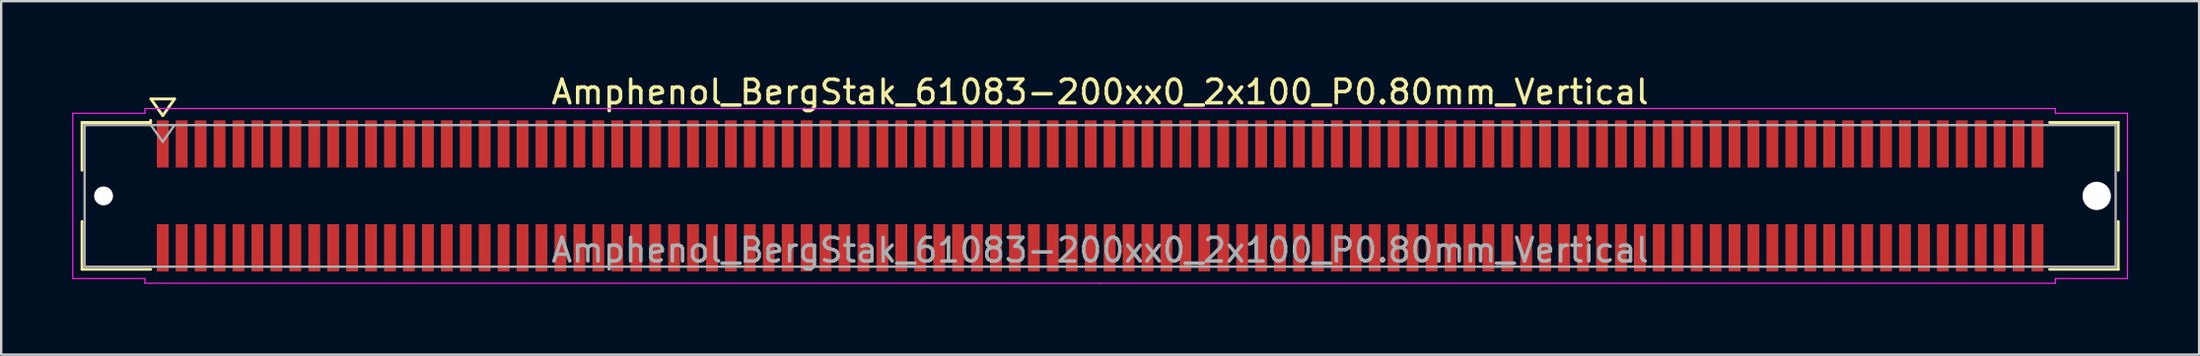
<source format=kicad_pcb>
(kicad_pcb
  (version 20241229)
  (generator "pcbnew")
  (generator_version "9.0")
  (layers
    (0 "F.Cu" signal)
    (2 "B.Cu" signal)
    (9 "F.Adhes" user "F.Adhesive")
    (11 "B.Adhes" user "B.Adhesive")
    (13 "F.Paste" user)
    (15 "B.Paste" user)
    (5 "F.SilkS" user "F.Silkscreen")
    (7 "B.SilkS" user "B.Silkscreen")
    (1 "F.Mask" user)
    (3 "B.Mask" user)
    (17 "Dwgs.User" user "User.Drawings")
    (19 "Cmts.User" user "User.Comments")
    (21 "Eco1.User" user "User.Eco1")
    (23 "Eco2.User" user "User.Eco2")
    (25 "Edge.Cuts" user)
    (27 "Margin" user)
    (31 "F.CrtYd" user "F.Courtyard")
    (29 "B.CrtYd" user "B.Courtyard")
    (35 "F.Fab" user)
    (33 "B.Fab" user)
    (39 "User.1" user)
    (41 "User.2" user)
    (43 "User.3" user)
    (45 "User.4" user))
  (footprint "Amphenol_BergStak_61083-200xx0_2x100_P0.80mm_Vertical"
    (layer "F.Cu")
    (at 43.425 5.248)
    (property "Reference" "Amphenol_BergStak_61083-200xx0_2x100_P0.80mm_Vertical" (at 0 -4.4 0) (layer "F.SilkS") (effects (font (size 1 1) (thickness 0.15))))
    (attr smd)
    (fp_line (start -43.01 -3.11) (end -40.11 -3.11) (stroke (width 0.12) (type solid)) (layer "F.SilkS"))
    (fp_line (start -43.01 -1.085) (end -43.01 -3.11) (stroke (width 0.12) (type solid)) (layer "F.SilkS"))
    (fp_line (start -43.01 1.085) (end -43.01 3.11) (stroke (width 0.12) (type solid)) (layer "F.SilkS"))
    (fp_line (start -43.01 3.11) (end -40.11 3.11) (stroke (width 0.12) (type solid)) (layer "F.SilkS"))
    (fp_line (start -40.11 -3.11) (end -40.11 -3.2) (stroke (width 0.12) (type solid)) (layer "F.SilkS"))
    (fp_line (start -40.1 -4.107) (end -39.6 -3.4) (stroke (width 0.12) (type solid)) (layer "F.SilkS"))
    (fp_line (start -39.6 -3.4) (end -39.1 -4.107) (stroke (width 0.12) (type solid)) (layer "F.SilkS"))
    (fp_line (start -39.1 -4.107) (end -40.1 -4.107) (stroke (width 0.12) (type solid)) (layer "F.SilkS"))
    (fp_line (start 43.01 -3.11) (end 40.11 -3.11) (stroke (width 0.12) (type solid)) (layer "F.SilkS"))
    (fp_line (start 43.01 -1.085) (end 43.01 -3.11) (stroke (width 0.12) (type solid)) (layer "F.SilkS"))
    (fp_line (start 43.01 1.085) (end 43.01 3.11) (stroke (width 0.12) (type solid)) (layer "F.SilkS"))
    (fp_line (start 43.01 3.11) (end 40.11 3.11) (stroke (width 0.12) (type solid)) (layer "F.SilkS"))
    (fp_line (start -43.4 -3.5) (end -43.4 3.5) (stroke (width 0.05) (type solid)) (layer "F.CrtYd"))
    (fp_line (start -43.4 3.5) (end -40.35 3.5) (stroke (width 0.05) (type solid)) (layer "F.CrtYd"))
    (fp_line (start -40.35 -3.7) (end -40.35 -3.5) (stroke (width 0.05) (type solid)) (layer "F.CrtYd"))
    (fp_line (start -40.35 -3.5) (end -43.4 -3.5) (stroke (width 0.05) (type solid)) (layer "F.CrtYd"))
    (fp_line (start -40.35 3.5) (end -40.35 3.7) (stroke (width 0.05) (type solid)) (layer "F.CrtYd"))
    (fp_line (start -40.35 3.7) (end 0 3.7) (stroke (width 0.05) (type solid)) (layer "F.CrtYd"))
    (fp_line (start 0 -3.7) (end -40.35 -3.7) (stroke (width 0.05) (type solid)) (layer "F.CrtYd"))
    (fp_line (start 0 -3.7) (end 40.35 -3.7) (stroke (width 0.05) (type solid)) (layer "F.CrtYd"))
    (fp_line (start 40.35 -3.7) (end 40.35 -3.5) (stroke (width 0.05) (type solid)) (layer "F.CrtYd"))
    (fp_line (start 40.35 -3.5) (end 43.4 -3.5) (stroke (width 0.05) (type solid)) (layer "F.CrtYd"))
    (fp_line (start 40.35 3.5) (end 40.35 3.7) (stroke (width 0.05) (type solid)) (layer "F.CrtYd"))
    (fp_line (start 40.35 3.7) (end 0 3.7) (stroke (width 0.05) (type solid)) (layer "F.CrtYd"))
    (fp_line (start 43.4 -3.5) (end 43.4 3.5) (stroke (width 0.05) (type solid)) (layer "F.CrtYd"))
    (fp_line (start 43.4 3.5) (end 40.35 3.5) (stroke (width 0.05) (type solid)) (layer "F.CrtYd"))
    (fp_line (start -42.9 -3) (end -42.9 3) (stroke (width 0.1) (type solid)) (layer "F.Fab"))
    (fp_line (start -42.9 3) (end 42.9 3) (stroke (width 0.1) (type solid)) (layer "F.Fab"))
    (fp_line (start -40.1 -3) (end -39.6 -2.293) (stroke (width 0.1) (type solid)) (layer "F.Fab"))
    (fp_line (start -39.6 -2.293) (end -39.1 -3) (stroke (width 0.1) (type solid)) (layer "F.Fab"))
    (fp_line (start 42.9 -3) (end -42.9 -3) (stroke (width 0.1) (type solid)) (layer "F.Fab"))
    (fp_line (start 42.9 3) (end 42.9 -3) (stroke (width 0.1) (type solid)) (layer "F.Fab"))
    (fp_text user "${REFERENCE}" (at 0 2.3 0) (layer "F.Fab") (effects (font (size 1 1) (thickness 0.15))))
    (pad "" np_thru_hole circle (at -42.1 0) (size 0.8 0.8) (drill 0.8) (layers "*.Cu" "*.Mask"))
    (pad "" np_thru_hole circle (at 42.1 0) (size 1.2 1.2) (drill 1.2) (layers "*.Cu" "*.Mask"))
    (pad "1" smd rect (at -39.6 -2.2) (size 0.5 2) (layers "F.Cu" "F.Mask" "F.Paste"))
    (pad "2" smd rect (at -39.6 2.2) (size 0.5 2) (layers "F.Cu" "F.Mask" "F.Paste"))
    (pad "3" smd rect (at -38.8 -2.2) (size 0.5 2) (layers "F.Cu" "F.Mask" "F.Paste"))
    (pad "4" smd rect (at -38.8 2.2) (size 0.5 2) (layers "F.Cu" "F.Mask" "F.Paste"))
    (pad "5" smd rect (at -38 -2.2) (size 0.5 2) (layers "F.Cu" "F.Mask" "F.Paste"))
    (pad "6" smd rect (at -38 2.2) (size 0.5 2) (layers "F.Cu" "F.Mask" "F.Paste"))
    (pad "7" smd rect (at -37.2 -2.2) (size 0.5 2) (layers "F.Cu" "F.Mask" "F.Paste"))
    (pad "8" smd rect (at -37.2 2.2) (size 0.5 2) (layers "F.Cu" "F.Mask" "F.Paste"))
    (pad "9" smd rect (at -36.4 -2.2) (size 0.5 2) (layers "F.Cu" "F.Mask" "F.Paste"))
    (pad "10" smd rect (at -36.4 2.2) (size 0.5 2) (layers "F.Cu" "F.Mask" "F.Paste"))
    (pad "11" smd rect (at -35.6 -2.2) (size 0.5 2) (layers "F.Cu" "F.Mask" "F.Paste"))
    (pad "12" smd rect (at -35.6 2.2) (size 0.5 2) (layers "F.Cu" "F.Mask" "F.Paste"))
    (pad "13" smd rect (at -34.8 -2.2) (size 0.5 2) (layers "F.Cu" "F.Mask" "F.Paste"))
    (pad "14" smd rect (at -34.8 2.2) (size 0.5 2) (layers "F.Cu" "F.Mask" "F.Paste"))
    (pad "15" smd rect (at -34 -2.2) (size 0.5 2) (layers "F.Cu" "F.Mask" "F.Paste"))
    (pad "16" smd rect (at -34 2.2) (size 0.5 2) (layers "F.Cu" "F.Mask" "F.Paste"))
    (pad "17" smd rect (at -33.2 -2.2) (size 0.5 2) (layers "F.Cu" "F.Mask" "F.Paste"))
    (pad "18" smd rect (at -33.2 2.2) (size 0.5 2) (layers "F.Cu" "F.Mask" "F.Paste"))
    (pad "19" smd rect (at -32.4 -2.2) (size 0.5 2) (layers "F.Cu" "F.Mask" "F.Paste"))
    (pad "20" smd rect (at -32.4 2.2) (size 0.5 2) (layers "F.Cu" "F.Mask" "F.Paste"))
    (pad "21" smd rect (at -31.6 -2.2) (size 0.5 2) (layers "F.Cu" "F.Mask" "F.Paste"))
    (pad "22" smd rect (at -31.6 2.2) (size 0.5 2) (layers "F.Cu" "F.Mask" "F.Paste"))
    (pad "23" smd rect (at -30.8 -2.2) (size 0.5 2) (layers "F.Cu" "F.Mask" "F.Paste"))
    (pad "24" smd rect (at -30.8 2.2) (size 0.5 2) (layers "F.Cu" "F.Mask" "F.Paste"))
    (pad "25" smd rect (at -30 -2.2) (size 0.5 2) (layers "F.Cu" "F.Mask" "F.Paste"))
    (pad "26" smd rect (at -30 2.2) (size 0.5 2) (layers "F.Cu" "F.Mask" "F.Paste"))
    (pad "27" smd rect (at -29.2 -2.2) (size 0.5 2) (layers "F.Cu" "F.Mask" "F.Paste"))
    (pad "28" smd rect (at -29.2 2.2) (size 0.5 2) (layers "F.Cu" "F.Mask" "F.Paste"))
    (pad "29" smd rect (at -28.4 -2.2) (size 0.5 2) (layers "F.Cu" "F.Mask" "F.Paste"))
    (pad "30" smd rect (at -28.4 2.2) (size 0.5 2) (layers "F.Cu" "F.Mask" "F.Paste"))
    (pad "31" smd rect (at -27.6 -2.2) (size 0.5 2) (layers "F.Cu" "F.Mask" "F.Paste"))
    (pad "32" smd rect (at -27.6 2.2) (size 0.5 2) (layers "F.Cu" "F.Mask" "F.Paste"))
    (pad "33" smd rect (at -26.8 -2.2) (size 0.5 2) (layers "F.Cu" "F.Mask" "F.Paste"))
    (pad "34" smd rect (at -26.8 2.2) (size 0.5 2) (layers "F.Cu" "F.Mask" "F.Paste"))
    (pad "35" smd rect (at -26 -2.2) (size 0.5 2) (layers "F.Cu" "F.Mask" "F.Paste"))
    (pad "36" smd rect (at -26 2.2) (size 0.5 2) (layers "F.Cu" "F.Mask" "F.Paste"))
    (pad "37" smd rect (at -25.2 -2.2) (size 0.5 2) (layers "F.Cu" "F.Mask" "F.Paste"))
    (pad "38" smd rect (at -25.2 2.2) (size 0.5 2) (layers "F.Cu" "F.Mask" "F.Paste"))
    (pad "39" smd rect (at -24.4 -2.2) (size 0.5 2) (layers "F.Cu" "F.Mask" "F.Paste"))
    (pad "40" smd rect (at -24.4 2.2) (size 0.5 2) (layers "F.Cu" "F.Mask" "F.Paste"))
    (pad "41" smd rect (at -23.6 -2.2) (size 0.5 2) (layers "F.Cu" "F.Mask" "F.Paste"))
    (pad "42" smd rect (at -23.6 2.2) (size 0.5 2) (layers "F.Cu" "F.Mask" "F.Paste"))
    (pad "43" smd rect (at -22.8 -2.2) (size 0.5 2) (layers "F.Cu" "F.Mask" "F.Paste"))
    (pad "44" smd rect (at -22.8 2.2) (size 0.5 2) (layers "F.Cu" "F.Mask" "F.Paste"))
    (pad "45" smd rect (at -22 -2.2) (size 0.5 2) (layers "F.Cu" "F.Mask" "F.Paste"))
    (pad "46" smd rect (at -22 2.2) (size 0.5 2) (layers "F.Cu" "F.Mask" "F.Paste"))
    (pad "47" smd rect (at -21.2 -2.2) (size 0.5 2) (layers "F.Cu" "F.Mask" "F.Paste"))
    (pad "48" smd rect (at -21.2 2.2) (size 0.5 2) (layers "F.Cu" "F.Mask" "F.Paste"))
    (pad "49" smd rect (at -20.4 -2.2) (size 0.5 2) (layers "F.Cu" "F.Mask" "F.Paste"))
    (pad "50" smd rect (at -20.4 2.2) (size 0.5 2) (layers "F.Cu" "F.Mask" "F.Paste"))
    (pad "51" smd rect (at -19.6 -2.2) (size 0.5 2) (layers "F.Cu" "F.Mask" "F.Paste"))
    (pad "52" smd rect (at -19.6 2.2) (size 0.5 2) (layers "F.Cu" "F.Mask" "F.Paste"))
    (pad "53" smd rect (at -18.8 -2.2) (size 0.5 2) (layers "F.Cu" "F.Mask" "F.Paste"))
    (pad "54" smd rect (at -18.8 2.2) (size 0.5 2) (layers "F.Cu" "F.Mask" "F.Paste"))
    (pad "55" smd rect (at -18 -2.2) (size 0.5 2) (layers "F.Cu" "F.Mask" "F.Paste"))
    (pad "56" smd rect (at -18 2.2) (size 0.5 2) (layers "F.Cu" "F.Mask" "F.Paste"))
    (pad "57" smd rect (at -17.2 -2.2) (size 0.5 2) (layers "F.Cu" "F.Mask" "F.Paste"))
    (pad "58" smd rect (at -17.2 2.2) (size 0.5 2) (layers "F.Cu" "F.Mask" "F.Paste"))
    (pad "59" smd rect (at -16.4 -2.2) (size 0.5 2) (layers "F.Cu" "F.Mask" "F.Paste"))
    (pad "60" smd rect (at -16.4 2.2) (size 0.5 2) (layers "F.Cu" "F.Mask" "F.Paste"))
    (pad "61" smd rect (at -15.6 -2.2) (size 0.5 2) (layers "F.Cu" "F.Mask" "F.Paste"))
    (pad "62" smd rect (at -15.6 2.2) (size 0.5 2) (layers "F.Cu" "F.Mask" "F.Paste"))
    (pad "63" smd rect (at -14.8 -2.2) (size 0.5 2) (layers "F.Cu" "F.Mask" "F.Paste"))
    (pad "64" smd rect (at -14.8 2.2) (size 0.5 2) (layers "F.Cu" "F.Mask" "F.Paste"))
    (pad "65" smd rect (at -14 -2.2) (size 0.5 2) (layers "F.Cu" "F.Mask" "F.Paste"))
    (pad "66" smd rect (at -14 2.2) (size 0.5 2) (layers "F.Cu" "F.Mask" "F.Paste"))
    (pad "67" smd rect (at -13.2 -2.2) (size 0.5 2) (layers "F.Cu" "F.Mask" "F.Paste"))
    (pad "68" smd rect (at -13.2 2.2) (size 0.5 2) (layers "F.Cu" "F.Mask" "F.Paste"))
    (pad "69" smd rect (at -12.4 -2.2) (size 0.5 2) (layers "F.Cu" "F.Mask" "F.Paste"))
    (pad "70" smd rect (at -12.4 2.2) (size 0.5 2) (layers "F.Cu" "F.Mask" "F.Paste"))
    (pad "71" smd rect (at -11.6 -2.2) (size 0.5 2) (layers "F.Cu" "F.Mask" "F.Paste"))
    (pad "72" smd rect (at -11.6 2.2) (size 0.5 2) (layers "F.Cu" "F.Mask" "F.Paste"))
    (pad "73" smd rect (at -10.8 -2.2) (size 0.5 2) (layers "F.Cu" "F.Mask" "F.Paste"))
    (pad "74" smd rect (at -10.8 2.2) (size 0.5 2) (layers "F.Cu" "F.Mask" "F.Paste"))
    (pad "75" smd rect (at -10 -2.2) (size 0.5 2) (layers "F.Cu" "F.Mask" "F.Paste"))
    (pad "76" smd rect (at -10 2.2) (size 0.5 2) (layers "F.Cu" "F.Mask" "F.Paste"))
    (pad "77" smd rect (at -9.2 -2.2) (size 0.5 2) (layers "F.Cu" "F.Mask" "F.Paste"))
    (pad "78" smd rect (at -9.2 2.2) (size 0.5 2) (layers "F.Cu" "F.Mask" "F.Paste"))
    (pad "79" smd rect (at -8.4 -2.2) (size 0.5 2) (layers "F.Cu" "F.Mask" "F.Paste"))
    (pad "80" smd rect (at -8.4 2.2) (size 0.5 2) (layers "F.Cu" "F.Mask" "F.Paste"))
    (pad "81" smd rect (at -7.6 -2.2) (size 0.5 2) (layers "F.Cu" "F.Mask" "F.Paste"))
    (pad "82" smd rect (at -7.6 2.2) (size 0.5 2) (layers "F.Cu" "F.Mask" "F.Paste"))
    (pad "83" smd rect (at -6.8 -2.2) (size 0.5 2) (layers "F.Cu" "F.Mask" "F.Paste"))
    (pad "84" smd rect (at -6.8 2.2) (size 0.5 2) (layers "F.Cu" "F.Mask" "F.Paste"))
    (pad "85" smd rect (at -6 -2.2) (size 0.5 2) (layers "F.Cu" "F.Mask" "F.Paste"))
    (pad "86" smd rect (at -6 2.2) (size 0.5 2) (layers "F.Cu" "F.Mask" "F.Paste"))
    (pad "87" smd rect (at -5.2 -2.2) (size 0.5 2) (layers "F.Cu" "F.Mask" "F.Paste"))
    (pad "88" smd rect (at -5.2 2.2) (size 0.5 2) (layers "F.Cu" "F.Mask" "F.Paste"))
    (pad "89" smd rect (at -4.4 -2.2) (size 0.5 2) (layers "F.Cu" "F.Mask" "F.Paste"))
    (pad "90" smd rect (at -4.4 2.2) (size 0.5 2) (layers "F.Cu" "F.Mask" "F.Paste"))
    (pad "91" smd rect (at -3.6 -2.2) (size 0.5 2) (layers "F.Cu" "F.Mask" "F.Paste"))
    (pad "92" smd rect (at -3.6 2.2) (size 0.5 2) (layers "F.Cu" "F.Mask" "F.Paste"))
    (pad "93" smd rect (at -2.8 -2.2) (size 0.5 2) (layers "F.Cu" "F.Mask" "F.Paste"))
    (pad "94" smd rect (at -2.8 2.2) (size 0.5 2) (layers "F.Cu" "F.Mask" "F.Paste"))
    (pad "95" smd rect (at -2 -2.2) (size 0.5 2) (layers "F.Cu" "F.Mask" "F.Paste"))
    (pad "96" smd rect (at -2 2.2) (size 0.5 2) (layers "F.Cu" "F.Mask" "F.Paste"))
    (pad "97" smd rect (at -1.2 -2.2) (size 0.5 2) (layers "F.Cu" "F.Mask" "F.Paste"))
    (pad "98" smd rect (at -1.2 2.2) (size 0.5 2) (layers "F.Cu" "F.Mask" "F.Paste"))
    (pad "99" smd rect (at -0.4 -2.2) (size 0.5 2) (layers "F.Cu" "F.Mask" "F.Paste"))
    (pad "100" smd rect (at -0.4 2.2) (size 0.5 2) (layers "F.Cu" "F.Mask" "F.Paste"))
    (pad "101" smd rect (at 0.4 -2.2) (size 0.5 2) (layers "F.Cu" "F.Mask" "F.Paste"))
    (pad "102" smd rect (at 0.4 2.2) (size 0.5 2) (layers "F.Cu" "F.Mask" "F.Paste"))
    (pad "103" smd rect (at 1.2 -2.2) (size 0.5 2) (layers "F.Cu" "F.Mask" "F.Paste"))
    (pad "104" smd rect (at 1.2 2.2) (size 0.5 2) (layers "F.Cu" "F.Mask" "F.Paste"))
    (pad "105" smd rect (at 2 -2.2) (size 0.5 2) (layers "F.Cu" "F.Mask" "F.Paste"))
    (pad "106" smd rect (at 2 2.2) (size 0.5 2) (layers "F.Cu" "F.Mask" "F.Paste"))
    (pad "107" smd rect (at 2.8 -2.2) (size 0.5 2) (layers "F.Cu" "F.Mask" "F.Paste"))
    (pad "108" smd rect (at 2.8 2.2) (size 0.5 2) (layers "F.Cu" "F.Mask" "F.Paste"))
    (pad "109" smd rect (at 3.6 -2.2) (size 0.5 2) (layers "F.Cu" "F.Mask" "F.Paste"))
    (pad "110" smd rect (at 3.6 2.2) (size 0.5 2) (layers "F.Cu" "F.Mask" "F.Paste"))
    (pad "111" smd rect (at 4.4 -2.2) (size 0.5 2) (layers "F.Cu" "F.Mask" "F.Paste"))
    (pad "112" smd rect (at 4.4 2.2) (size 0.5 2) (layers "F.Cu" "F.Mask" "F.Paste"))
    (pad "113" smd rect (at 5.2 -2.2) (size 0.5 2) (layers "F.Cu" "F.Mask" "F.Paste"))
    (pad "114" smd rect (at 5.2 2.2) (size 0.5 2) (layers "F.Cu" "F.Mask" "F.Paste"))
    (pad "115" smd rect (at 6 -2.2) (size 0.5 2) (layers "F.Cu" "F.Mask" "F.Paste"))
    (pad "116" smd rect (at 6 2.2) (size 0.5 2) (layers "F.Cu" "F.Mask" "F.Paste"))
    (pad "117" smd rect (at 6.8 -2.2) (size 0.5 2) (layers "F.Cu" "F.Mask" "F.Paste"))
    (pad "118" smd rect (at 6.8 2.2) (size 0.5 2) (layers "F.Cu" "F.Mask" "F.Paste"))
    (pad "119" smd rect (at 7.6 -2.2) (size 0.5 2) (layers "F.Cu" "F.Mask" "F.Paste"))
    (pad "120" smd rect (at 7.6 2.2) (size 0.5 2) (layers "F.Cu" "F.Mask" "F.Paste"))
    (pad "121" smd rect (at 8.4 -2.2) (size 0.5 2) (layers "F.Cu" "F.Mask" "F.Paste"))
    (pad "122" smd rect (at 8.4 2.2) (size 0.5 2) (layers "F.Cu" "F.Mask" "F.Paste"))
    (pad "123" smd rect (at 9.2 -2.2) (size 0.5 2) (layers "F.Cu" "F.Mask" "F.Paste"))
    (pad "124" smd rect (at 9.2 2.2) (size 0.5 2) (layers "F.Cu" "F.Mask" "F.Paste"))
    (pad "125" smd rect (at 10 -2.2) (size 0.5 2) (layers "F.Cu" "F.Mask" "F.Paste"))
    (pad "126" smd rect (at 10 2.2) (size 0.5 2) (layers "F.Cu" "F.Mask" "F.Paste"))
    (pad "127" smd rect (at 10.8 -2.2) (size 0.5 2) (layers "F.Cu" "F.Mask" "F.Paste"))
    (pad "128" smd rect (at 10.8 2.2) (size 0.5 2) (layers "F.Cu" "F.Mask" "F.Paste"))
    (pad "129" smd rect (at 11.6 -2.2) (size 0.5 2) (layers "F.Cu" "F.Mask" "F.Paste"))
    (pad "130" smd rect (at 11.6 2.2) (size 0.5 2) (layers "F.Cu" "F.Mask" "F.Paste"))
    (pad "131" smd rect (at 12.4 -2.2) (size 0.5 2) (layers "F.Cu" "F.Mask" "F.Paste"))
    (pad "132" smd rect (at 12.4 2.2) (size 0.5 2) (layers "F.Cu" "F.Mask" "F.Paste"))
    (pad "133" smd rect (at 13.2 -2.2) (size 0.5 2) (layers "F.Cu" "F.Mask" "F.Paste"))
    (pad "134" smd rect (at 13.2 2.2) (size 0.5 2) (layers "F.Cu" "F.Mask" "F.Paste"))
    (pad "135" smd rect (at 14 -2.2) (size 0.5 2) (layers "F.Cu" "F.Mask" "F.Paste"))
    (pad "136" smd rect (at 14 2.2) (size 0.5 2) (layers "F.Cu" "F.Mask" "F.Paste"))
    (pad "137" smd rect (at 14.8 -2.2) (size 0.5 2) (layers "F.Cu" "F.Mask" "F.Paste"))
    (pad "138" smd rect (at 14.8 2.2) (size 0.5 2) (layers "F.Cu" "F.Mask" "F.Paste"))
    (pad "139" smd rect (at 15.6 -2.2) (size 0.5 2) (layers "F.Cu" "F.Mask" "F.Paste"))
    (pad "140" smd rect (at 15.6 2.2) (size 0.5 2) (layers "F.Cu" "F.Mask" "F.Paste"))
    (pad "141" smd rect (at 16.4 -2.2) (size 0.5 2) (layers "F.Cu" "F.Mask" "F.Paste"))
    (pad "142" smd rect (at 16.4 2.2) (size 0.5 2) (layers "F.Cu" "F.Mask" "F.Paste"))
    (pad "143" smd rect (at 17.2 -2.2) (size 0.5 2) (layers "F.Cu" "F.Mask" "F.Paste"))
    (pad "144" smd rect (at 17.2 2.2) (size 0.5 2) (layers "F.Cu" "F.Mask" "F.Paste"))
    (pad "145" smd rect (at 18 -2.2) (size 0.5 2) (layers "F.Cu" "F.Mask" "F.Paste"))
    (pad "146" smd rect (at 18 2.2) (size 0.5 2) (layers "F.Cu" "F.Mask" "F.Paste"))
    (pad "147" smd rect (at 18.8 -2.2) (size 0.5 2) (layers "F.Cu" "F.Mask" "F.Paste"))
    (pad "148" smd rect (at 18.8 2.2) (size 0.5 2) (layers "F.Cu" "F.Mask" "F.Paste"))
    (pad "149" smd rect (at 19.6 -2.2) (size 0.5 2) (layers "F.Cu" "F.Mask" "F.Paste"))
    (pad "150" smd rect (at 19.6 2.2) (size 0.5 2) (layers "F.Cu" "F.Mask" "F.Paste"))
    (pad "151" smd rect (at 20.4 -2.2) (size 0.5 2) (layers "F.Cu" "F.Mask" "F.Paste"))
    (pad "152" smd rect (at 20.4 2.2) (size 0.5 2) (layers "F.Cu" "F.Mask" "F.Paste"))
    (pad "153" smd rect (at 21.2 -2.2) (size 0.5 2) (layers "F.Cu" "F.Mask" "F.Paste"))
    (pad "154" smd rect (at 21.2 2.2) (size 0.5 2) (layers "F.Cu" "F.Mask" "F.Paste"))
    (pad "155" smd rect (at 22 -2.2) (size 0.5 2) (layers "F.Cu" "F.Mask" "F.Paste"))
    (pad "156" smd rect (at 22 2.2) (size 0.5 2) (layers "F.Cu" "F.Mask" "F.Paste"))
    (pad "157" smd rect (at 22.8 -2.2) (size 0.5 2) (layers "F.Cu" "F.Mask" "F.Paste"))
    (pad "158" smd rect (at 22.8 2.2) (size 0.5 2) (layers "F.Cu" "F.Mask" "F.Paste"))
    (pad "159" smd rect (at 23.6 -2.2) (size 0.5 2) (layers "F.Cu" "F.Mask" "F.Paste"))
    (pad "160" smd rect (at 23.6 2.2) (size 0.5 2) (layers "F.Cu" "F.Mask" "F.Paste"))
    (pad "161" smd rect (at 24.4 -2.2) (size 0.5 2) (layers "F.Cu" "F.Mask" "F.Paste"))
    (pad "162" smd rect (at 24.4 2.2) (size 0.5 2) (layers "F.Cu" "F.Mask" "F.Paste"))
    (pad "163" smd rect (at 25.2 -2.2) (size 0.5 2) (layers "F.Cu" "F.Mask" "F.Paste"))
    (pad "164" smd rect (at 25.2 2.2) (size 0.5 2) (layers "F.Cu" "F.Mask" "F.Paste"))
    (pad "165" smd rect (at 26 -2.2) (size 0.5 2) (layers "F.Cu" "F.Mask" "F.Paste"))
    (pad "166" smd rect (at 26 2.2) (size 0.5 2) (layers "F.Cu" "F.Mask" "F.Paste"))
    (pad "167" smd rect (at 26.8 -2.2) (size 0.5 2) (layers "F.Cu" "F.Mask" "F.Paste"))
    (pad "168" smd rect (at 26.8 2.2) (size 0.5 2) (layers "F.Cu" "F.Mask" "F.Paste"))
    (pad "169" smd rect (at 27.6 -2.2) (size 0.5 2) (layers "F.Cu" "F.Mask" "F.Paste"))
    (pad "170" smd rect (at 27.6 2.2) (size 0.5 2) (layers "F.Cu" "F.Mask" "F.Paste"))
    (pad "171" smd rect (at 28.4 -2.2) (size 0.5 2) (layers "F.Cu" "F.Mask" "F.Paste"))
    (pad "172" smd rect (at 28.4 2.2) (size 0.5 2) (layers "F.Cu" "F.Mask" "F.Paste"))
    (pad "173" smd rect (at 29.2 -2.2) (size 0.5 2) (layers "F.Cu" "F.Mask" "F.Paste"))
    (pad "174" smd rect (at 29.2 2.2) (size 0.5 2) (layers "F.Cu" "F.Mask" "F.Paste"))
    (pad "175" smd rect (at 30 -2.2) (size 0.5 2) (layers "F.Cu" "F.Mask" "F.Paste"))
    (pad "176" smd rect (at 30 2.2) (size 0.5 2) (layers "F.Cu" "F.Mask" "F.Paste"))
    (pad "177" smd rect (at 30.8 -2.2) (size 0.5 2) (layers "F.Cu" "F.Mask" "F.Paste"))
    (pad "178" smd rect (at 30.8 2.2) (size 0.5 2) (layers "F.Cu" "F.Mask" "F.Paste"))
    (pad "179" smd rect (at 31.6 -2.2) (size 0.5 2) (layers "F.Cu" "F.Mask" "F.Paste"))
    (pad "180" smd rect (at 31.6 2.2) (size 0.5 2) (layers "F.Cu" "F.Mask" "F.Paste"))
    (pad "181" smd rect (at 32.4 -2.2) (size 0.5 2) (layers "F.Cu" "F.Mask" "F.Paste"))
    (pad "182" smd rect (at 32.4 2.2) (size 0.5 2) (layers "F.Cu" "F.Mask" "F.Paste"))
    (pad "183" smd rect (at 33.2 -2.2) (size 0.5 2) (layers "F.Cu" "F.Mask" "F.Paste"))
    (pad "184" smd rect (at 33.2 2.2) (size 0.5 2) (layers "F.Cu" "F.Mask" "F.Paste"))
    (pad "185" smd rect (at 34 -2.2) (size 0.5 2) (layers "F.Cu" "F.Mask" "F.Paste"))
    (pad "186" smd rect (at 34 2.2) (size 0.5 2) (layers "F.Cu" "F.Mask" "F.Paste"))
    (pad "187" smd rect (at 34.8 -2.2) (size 0.5 2) (layers "F.Cu" "F.Mask" "F.Paste"))
    (pad "188" smd rect (at 34.8 2.2) (size 0.5 2) (layers "F.Cu" "F.Mask" "F.Paste"))
    (pad "189" smd rect (at 35.6 -2.2) (size 0.5 2) (layers "F.Cu" "F.Mask" "F.Paste"))
    (pad "190" smd rect (at 35.6 2.2) (size 0.5 2) (layers "F.Cu" "F.Mask" "F.Paste"))
    (pad "191" smd rect (at 36.4 -2.2) (size 0.5 2) (layers "F.Cu" "F.Mask" "F.Paste"))
    (pad "192" smd rect (at 36.4 2.2) (size 0.5 2) (layers "F.Cu" "F.Mask" "F.Paste"))
    (pad "193" smd rect (at 37.2 -2.2) (size 0.5 2) (layers "F.Cu" "F.Mask" "F.Paste"))
    (pad "194" smd rect (at 37.2 2.2) (size 0.5 2) (layers "F.Cu" "F.Mask" "F.Paste"))
    (pad "195" smd rect (at 38 -2.2) (size 0.5 2) (layers "F.Cu" "F.Mask" "F.Paste"))
    (pad "196" smd rect (at 38 2.2) (size 0.5 2) (layers "F.Cu" "F.Mask" "F.Paste"))
    (pad "197" smd rect (at 38.8 -2.2) (size 0.5 2) (layers "F.Cu" "F.Mask" "F.Paste"))
    (pad "198" smd rect (at 38.8 2.2) (size 0.5 2) (layers "F.Cu" "F.Mask" "F.Paste"))
    (pad "199" smd rect (at 39.6 -2.2) (size 0.5 2) (layers "F.Cu" "F.Mask" "F.Paste"))
    (pad "200" smd rect (at 39.6 2.2) (size 0.5 2) (layers "F.Cu" "F.Mask" "F.Paste")))
  (gr_rect
    (start -3 -3)
    (end 89.85 11.973)
    (stroke (width 0.1) (type default))
    (fill no)
    (layer "Edge.Cuts")))
</source>
